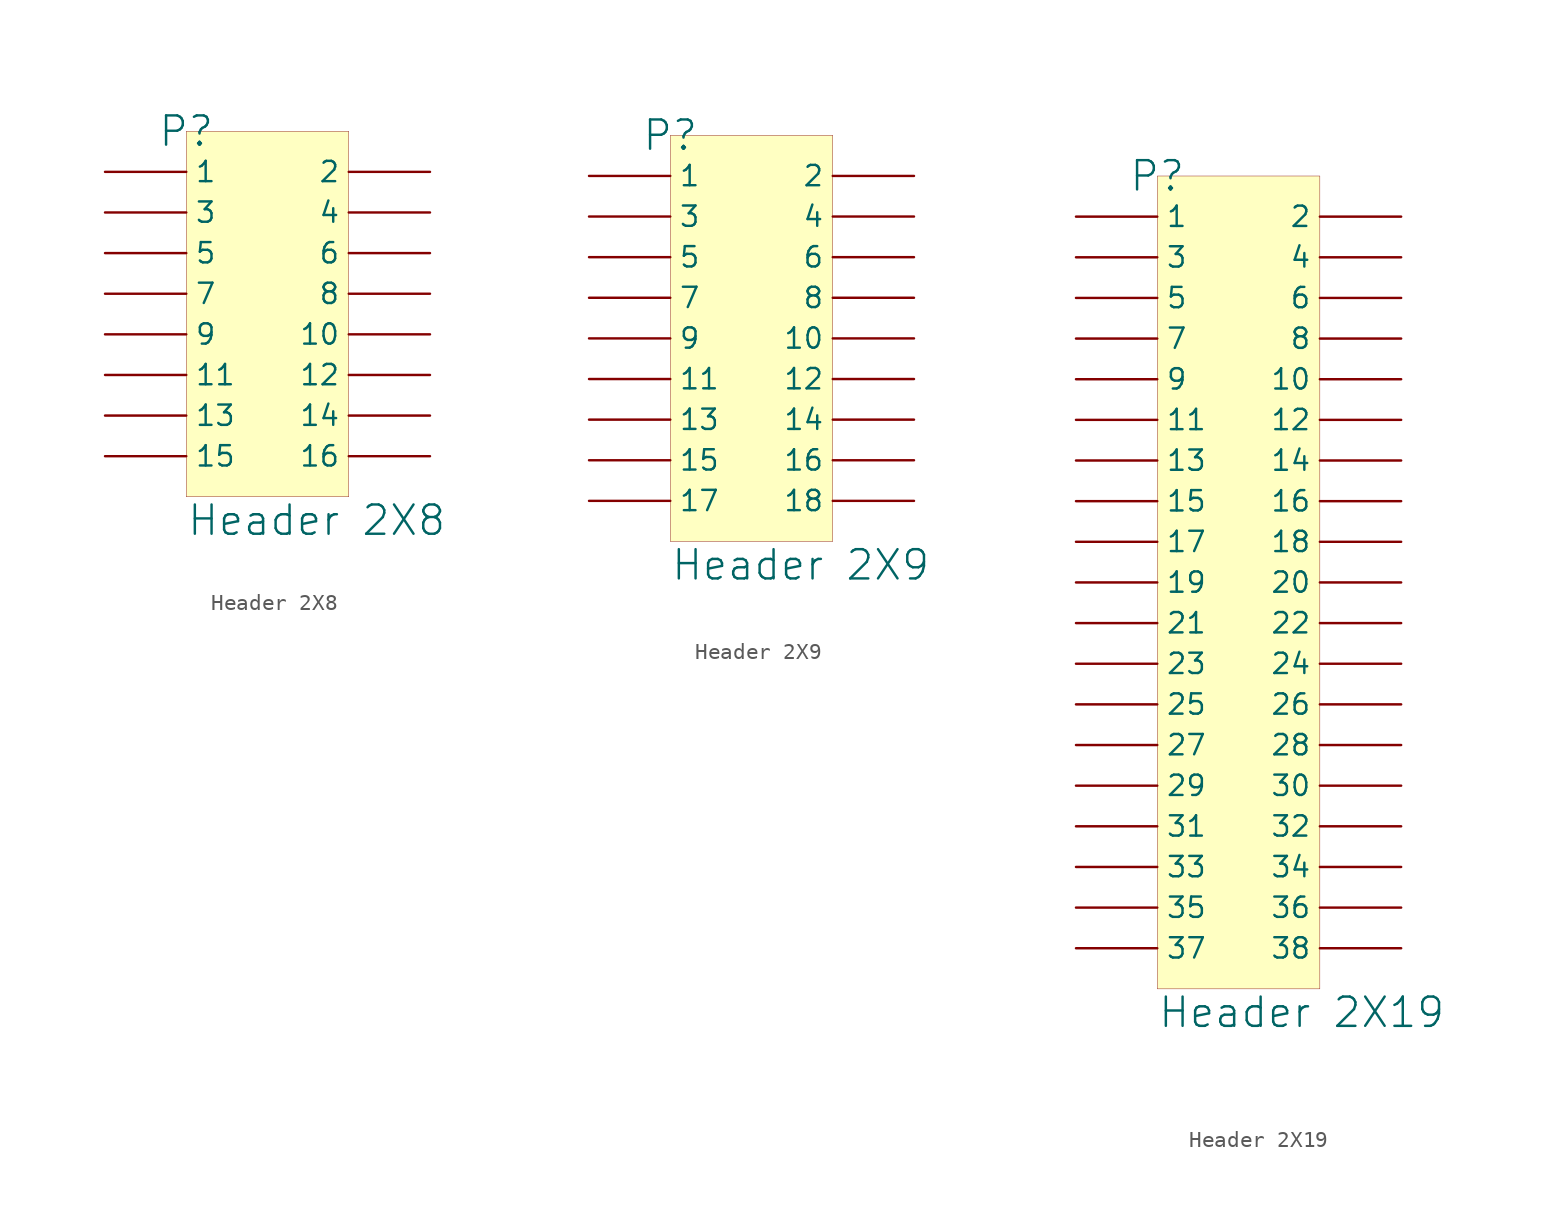
<source format=kicad_sym>
(kicad_symbol_lib
  (version 20241209)
  (generator "kicad_symbol_editor")
  (generator_version "9.0")
  (symbol "Header 2X8"
    (pin_numbers
      (hide yes))
    (property "Reference" "P"
      (at 0 0 0)
      (effects (font (size 1.829 1.829))))
    (property "Value" "Header 2X8"
      (at 0 -25.4 0)
      (effects (font (size 1.829 1.829)) (justify left bottom)))
    (symbol "Header 2X8_1_0"
      (rectangle (start 10.16 0) (end 0 -22.86) (stroke (width 0.025) (type solid) (color 128 0 0 1)) (fill (type background)))
      (pin passive line (at -5.08 -2.54 0) (length 5.08) (name "1" (effects (font (size 1.27 1.27)))) (number "1" (effects (font (size 1.27 1.27)))))
      (pin passive line (at -5.08 -5.08 0) (length 5.08) (name "3" (effects (font (size 1.27 1.27)))) (number "3" (effects (font (size 1.27 1.27)))))
      (pin passive line (at -5.08 -7.62 0) (length 5.08) (name "5" (effects (font (size 1.27 1.27)))) (number "5" (effects (font (size 1.27 1.27)))))
      (pin passive line (at -5.08 -10.16 0) (length 5.08) (name "7" (effects (font (size 1.27 1.27)))) (number "7" (effects (font (size 1.27 1.27)))))
      (pin passive line (at -5.08 -12.7 0) (length 5.08) (name "9" (effects (font (size 1.27 1.27)))) (number "9" (effects (font (size 1.27 1.27)))))
      (pin passive line (at -5.08 -15.24 0) (length 5.08) (name "11" (effects (font (size 1.27 1.27)))) (number "11" (effects (font (size 1.27 1.27)))))
      (pin passive line (at -5.08 -17.78 0) (length 5.08) (name "13" (effects (font (size 1.27 1.27)))) (number "13" (effects (font (size 1.27 1.27)))))
      (pin passive line (at -5.08 -20.32 0) (length 5.08) (name "15" (effects (font (size 1.27 1.27)))) (number "15" (effects (font (size 1.27 1.27)))))
      (pin passive line (at 15.24 -2.54 180) (length 5.08) (name "2" (effects (font (size 1.27 1.27)))) (number "2" (effects (font (size 1.27 1.27)))))
      (pin passive line (at 15.24 -5.08 180) (length 5.08) (name "4" (effects (font (size 1.27 1.27)))) (number "4" (effects (font (size 1.27 1.27)))))
      (pin passive line (at 15.24 -7.62 180) (length 5.08) (name "6" (effects (font (size 1.27 1.27)))) (number "6" (effects (font (size 1.27 1.27)))))
      (pin passive line (at 15.24 -10.16 180) (length 5.08) (name "8" (effects (font (size 1.27 1.27)))) (number "8" (effects (font (size 1.27 1.27)))))
      (pin passive line (at 15.24 -12.7 180) (length 5.08) (name "10" (effects (font (size 1.27 1.27)))) (number "10" (effects (font (size 1.27 1.27)))))
      (pin passive line (at 15.24 -15.24 180) (length 5.08) (name "12" (effects (font (size 1.27 1.27)))) (number "12" (effects (font (size 1.27 1.27)))))
      (pin passive line (at 15.24 -17.78 180) (length 5.08) (name "14" (effects (font (size 1.27 1.27)))) (number "14" (effects (font (size 1.27 1.27)))))
      (pin passive line (at 15.24 -20.32 180) (length 5.08) (name "16" (effects (font (size 1.27 1.27)))) (number "16" (effects (font (size 1.27 1.27)))))))
  (symbol "Header 2X9"
    (pin_numbers
      (hide yes))
    (property "Reference" "P"
      (at 0 0 0)
      (effects (font (size 1.829 1.829))))
    (property "Value" "Header 2X9"
      (at 0 -27.94 0)
      (effects (font (size 1.829 1.829)) (justify left bottom)))
    (symbol "Header 2X9_1_0"
      (rectangle (start 10.16 0) (end 0 -25.4) (stroke (width 0.025) (type solid) (color 128 0 0 1)) (fill (type background)))
      (pin passive line (at -5.08 -2.54 0) (length 5.08) (name "1" (effects (font (size 1.27 1.27)))) (number "1" (effects (font (size 1.27 1.27)))))
      (pin passive line (at -5.08 -5.08 0) (length 5.08) (name "3" (effects (font (size 1.27 1.27)))) (number "3" (effects (font (size 1.27 1.27)))))
      (pin passive line (at -5.08 -7.62 0) (length 5.08) (name "5" (effects (font (size 1.27 1.27)))) (number "5" (effects (font (size 1.27 1.27)))))
      (pin passive line (at -5.08 -10.16 0) (length 5.08) (name "7" (effects (font (size 1.27 1.27)))) (number "7" (effects (font (size 1.27 1.27)))))
      (pin passive line (at -5.08 -12.7 0) (length 5.08) (name "9" (effects (font (size 1.27 1.27)))) (number "9" (effects (font (size 1.27 1.27)))))
      (pin passive line (at -5.08 -15.24 0) (length 5.08) (name "11" (effects (font (size 1.27 1.27)))) (number "11" (effects (font (size 1.27 1.27)))))
      (pin passive line (at -5.08 -17.78 0) (length 5.08) (name "13" (effects (font (size 1.27 1.27)))) (number "13" (effects (font (size 1.27 1.27)))))
      (pin passive line (at -5.08 -20.32 0) (length 5.08) (name "15" (effects (font (size 1.27 1.27)))) (number "15" (effects (font (size 1.27 1.27)))))
      (pin passive line (at -5.08 -22.86 0) (length 5.08) (name "17" (effects (font (size 1.27 1.27)))) (number "17" (effects (font (size 1.27 1.27)))))
      (pin passive line (at 15.24 -2.54 180) (length 5.08) (name "2" (effects (font (size 1.27 1.27)))) (number "2" (effects (font (size 1.27 1.27)))))
      (pin passive line (at 15.24 -5.08 180) (length 5.08) (name "4" (effects (font (size 1.27 1.27)))) (number "4" (effects (font (size 1.27 1.27)))))
      (pin passive line (at 15.24 -7.62 180) (length 5.08) (name "6" (effects (font (size 1.27 1.27)))) (number "6" (effects (font (size 1.27 1.27)))))
      (pin passive line (at 15.24 -10.16 180) (length 5.08) (name "8" (effects (font (size 1.27 1.27)))) (number "8" (effects (font (size 1.27 1.27)))))
      (pin passive line (at 15.24 -12.7 180) (length 5.08) (name "10" (effects (font (size 1.27 1.27)))) (number "10" (effects (font (size 1.27 1.27)))))
      (pin passive line (at 15.24 -15.24 180) (length 5.08) (name "12" (effects (font (size 1.27 1.27)))) (number "12" (effects (font (size 1.27 1.27)))))
      (pin passive line (at 15.24 -17.78 180) (length 5.08) (name "14" (effects (font (size 1.27 1.27)))) (number "14" (effects (font (size 1.27 1.27)))))
      (pin passive line (at 15.24 -20.32 180) (length 5.08) (name "16" (effects (font (size 1.27 1.27)))) (number "16" (effects (font (size 1.27 1.27)))))
      (pin passive line (at 15.24 -22.86 180) (length 5.08) (name "18" (effects (font (size 1.27 1.27)))) (number "18" (effects (font (size 1.27 1.27)))))))
  (symbol "Header 2X19"
    (pin_numbers
      (hide yes))
    (property "Reference" "P"
      (at 0 0 0)
      (effects (font (size 1.829 1.829))))
    (property "Value" "Header 2X19"
      (at 0 -53.34 0)
      (effects (font (size 1.829 1.829)) (justify left bottom)))
    (symbol "Header 2X19_1_0"
      (rectangle (start 10.16 0) (end 0 -50.8) (stroke (width 0.025) (type solid) (color 128 0 0 1)) (fill (type background)))
      (pin passive line (at -5.08 -2.54 0) (length 5.08) (name "1" (effects (font (size 1.27 1.27)))) (number "1" (effects (font (size 1.27 1.27)))))
      (pin passive line (at -5.08 -5.08 0) (length 5.08) (name "3" (effects (font (size 1.27 1.27)))) (number "3" (effects (font (size 1.27 1.27)))))
      (pin passive line (at -5.08 -7.62 0) (length 5.08) (name "5" (effects (font (size 1.27 1.27)))) (number "5" (effects (font (size 1.27 1.27)))))
      (pin passive line (at -5.08 -10.16 0) (length 5.08) (name "7" (effects (font (size 1.27 1.27)))) (number "7" (effects (font (size 1.27 1.27)))))
      (pin passive line (at -5.08 -12.7 0) (length 5.08) (name "9" (effects (font (size 1.27 1.27)))) (number "9" (effects (font (size 1.27 1.27)))))
      (pin passive line (at -5.08 -15.24 0) (length 5.08) (name "11" (effects (font (size 1.27 1.27)))) (number "11" (effects (font (size 1.27 1.27)))))
      (pin passive line (at -5.08 -17.78 0) (length 5.08) (name "13" (effects (font (size 1.27 1.27)))) (number "13" (effects (font (size 1.27 1.27)))))
      (pin passive line (at -5.08 -20.32 0) (length 5.08) (name "15" (effects (font (size 1.27 1.27)))) (number "15" (effects (font (size 1.27 1.27)))))
      (pin passive line (at -5.08 -22.86 0) (length 5.08) (name "17" (effects (font (size 1.27 1.27)))) (number "17" (effects (font (size 1.27 1.27)))))
      (pin passive line (at -5.08 -25.4 0) (length 5.08) (name "19" (effects (font (size 1.27 1.27)))) (number "19" (effects (font (size 1.27 1.27)))))
      (pin passive line (at -5.08 -27.94 0) (length 5.08) (name "21" (effects (font (size 1.27 1.27)))) (number "21" (effects (font (size 1.27 1.27)))))
      (pin passive line (at -5.08 -30.48 0) (length 5.08) (name "23" (effects (font (size 1.27 1.27)))) (number "23" (effects (font (size 1.27 1.27)))))
      (pin passive line (at -5.08 -33.02 0) (length 5.08) (name "25" (effects (font (size 1.27 1.27)))) (number "25" (effects (font (size 1.27 1.27)))))
      (pin passive line (at -5.08 -35.56 0) (length 5.08) (name "27" (effects (font (size 1.27 1.27)))) (number "27" (effects (font (size 1.27 1.27)))))
      (pin passive line (at -5.08 -38.1 0) (length 5.08) (name "29" (effects (font (size 1.27 1.27)))) (number "29" (effects (font (size 1.27 1.27)))))
      (pin passive line (at -5.08 -40.64 0) (length 5.08) (name "31" (effects (font (size 1.27 1.27)))) (number "31" (effects (font (size 1.27 1.27)))))
      (pin passive line (at -5.08 -43.18 0) (length 5.08) (name "33" (effects (font (size 1.27 1.27)))) (number "33" (effects (font (size 1.27 1.27)))))
      (pin passive line (at -5.08 -45.72 0) (length 5.08) (name "35" (effects (font (size 1.27 1.27)))) (number "35" (effects (font (size 1.27 1.27)))))
      (pin passive line (at -5.08 -48.26 0) (length 5.08) (name "37" (effects (font (size 1.27 1.27)))) (number "37" (effects (font (size 1.27 1.27)))))
      (pin passive line (at 15.24 -2.54 180) (length 5.08) (name "2" (effects (font (size 1.27 1.27)))) (number "2" (effects (font (size 1.27 1.27)))))
      (pin passive line (at 15.24 -5.08 180) (length 5.08) (name "4" (effects (font (size 1.27 1.27)))) (number "4" (effects (font (size 1.27 1.27)))))
      (pin passive line (at 15.24 -7.62 180) (length 5.08) (name "6" (effects (font (size 1.27 1.27)))) (number "6" (effects (font (size 1.27 1.27)))))
      (pin passive line (at 15.24 -10.16 180) (length 5.08) (name "8" (effects (font (size 1.27 1.27)))) (number "8" (effects (font (size 1.27 1.27)))))
      (pin passive line (at 15.24 -12.7 180) (length 5.08) (name "10" (effects (font (size 1.27 1.27)))) (number "10" (effects (font (size 1.27 1.27)))))
      (pin passive line (at 15.24 -15.24 180) (length 5.08) (name "12" (effects (font (size 1.27 1.27)))) (number "12" (effects (font (size 1.27 1.27)))))
      (pin passive line (at 15.24 -17.78 180) (length 5.08) (name "14" (effects (font (size 1.27 1.27)))) (number "14" (effects (font (size 1.27 1.27)))))
      (pin passive line (at 15.24 -20.32 180) (length 5.08) (name "16" (effects (font (size 1.27 1.27)))) (number "16" (effects (font (size 1.27 1.27)))))
      (pin passive line (at 15.24 -22.86 180) (length 5.08) (name "18" (effects (font (size 1.27 1.27)))) (number "18" (effects (font (size 1.27 1.27)))))
      (pin passive line (at 15.24 -25.4 180) (length 5.08) (name "20" (effects (font (size 1.27 1.27)))) (number "20" (effects (font (size 1.27 1.27)))))
      (pin passive line (at 15.24 -27.94 180) (length 5.08) (name "22" (effects (font (size 1.27 1.27)))) (number "22" (effects (font (size 1.27 1.27)))))
      (pin passive line (at 15.24 -30.48 180) (length 5.08) (name "24" (effects (font (size 1.27 1.27)))) (number "24" (effects (font (size 1.27 1.27)))))
      (pin passive line (at 15.24 -33.02 180) (length 5.08) (name "26" (effects (font (size 1.27 1.27)))) (number "26" (effects (font (size 1.27 1.27)))))
      (pin passive line (at 15.24 -35.56 180) (length 5.08) (name "28" (effects (font (size 1.27 1.27)))) (number "28" (effects (font (size 1.27 1.27)))))
      (pin passive line (at 15.24 -38.1 180) (length 5.08) (name "30" (effects (font (size 1.27 1.27)))) (number "30" (effects (font (size 1.27 1.27)))))
      (pin passive line (at 15.24 -40.64 180) (length 5.08) (name "32" (effects (font (size 1.27 1.27)))) (number "32" (effects (font (size 1.27 1.27)))))
      (pin passive line (at 15.24 -43.18 180) (length 5.08) (name "34" (effects (font (size 1.27 1.27)))) (number "34" (effects (font (size 1.27 1.27)))))
      (pin passive line (at 15.24 -45.72 180) (length 5.08) (name "36" (effects (font (size 1.27 1.27)))) (number "36" (effects (font (size 1.27 1.27)))))
      (pin passive line (at 15.24 -48.26 180) (length 5.08) (name "38" (effects (font (size 1.27 1.27)))) (number "38" (effects (font (size 1.27 1.27))))))))
</source>
